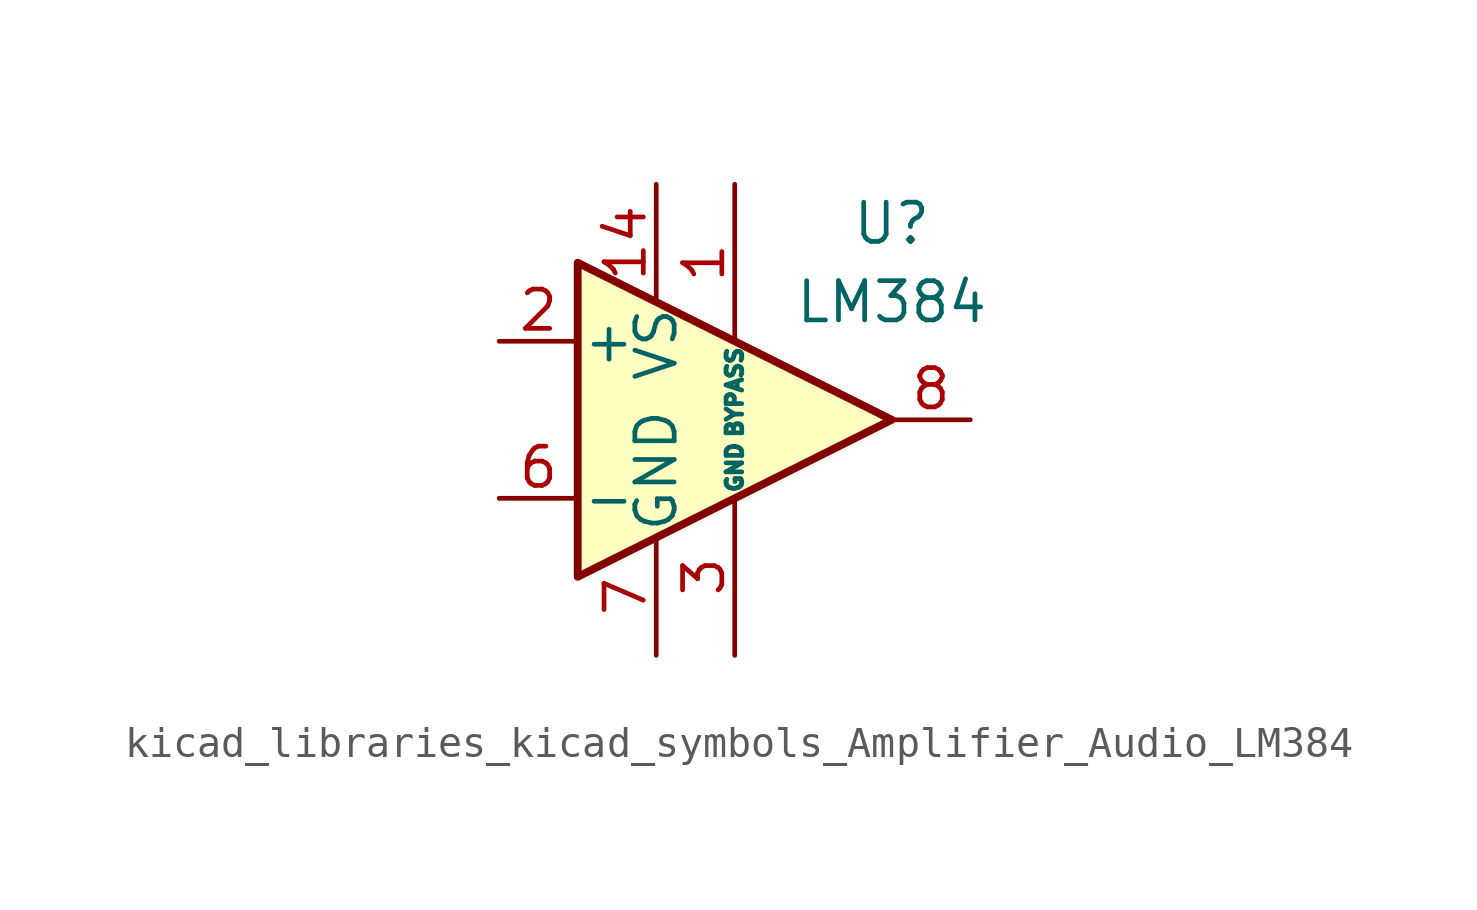
<source format=kicad_sym>
(kicad_symbol_lib
  (version 20220914)
  (generator kicad_symbol_editor)
  (symbol "kicad_libraries_kicad_symbols_Amplifier_Audio_LM384"
    (pin_names
      (offset 0.127))
    (property "Reference" "U"
      (at 5.08 6.35 0)
      (effects (font (size 1.27 1.27))))
    (property "Value" "LM384"
      (at 5.08 3.81 0)
      (effects (font (size 1.27 1.27))))
    (symbol "kicad_libraries_kicad_symbols_Amplifier_Audio_LM384_0_1"
      (polyline (pts (xy -5.08 5.08) (xy 5.08 0) (xy -5.08 -5.08) (xy -5.08 5.08)) (stroke (width 0.254) (type default)) (fill (type background))))
    (symbol "kicad_libraries_kicad_symbols_Amplifier_Audio_LM384_1_1"
      (pin passive line (at 0 7.62 270) (length 5.08) (name "BYPASS" (effects (font (size 0.508 0.508)))) (number "1" (effects (font (size 1.27 1.27)))))
      (pin passive line (at 0 -7.62 90) (length 5.08) hide (name "GND" (effects (font (size 0.508 0.508)))) (number "10" (effects (font (size 1.27 1.27)))))
      (pin passive line (at 0 -7.62 90) (length 5.08) hide (name "GND" (effects (font (size 0.508 0.508)))) (number "11" (effects (font (size 1.27 1.27)))))
      (pin passive line (at 0 -7.62 90) (length 5.08) hide (name "GND" (effects (font (size 0.508 0.508)))) (number "12" (effects (font (size 1.27 1.27)))))
      (pin no_connect line (at 0 2.54 270) (length 2.54) hide (name "NC" (effects (font (size 1.27 1.27)))) (number "13" (effects (font (size 1.27 1.27)))))
      (pin power_in line (at -2.54 7.62 270) (length 3.81) (name "VS" (effects (font (size 1.27 1.27)))) (number "14" (effects (font (size 1.27 1.27)))))
      (pin input line (at -7.62 2.54 0) (length 2.54) (name "+" (effects (font (size 1.27 1.27)))) (number "2" (effects (font (size 1.27 1.27)))))
      (pin power_in line (at 0 -7.62 90) (length 5.08) (name "GND" (effects (font (size 0.508 0.508)))) (number "3" (effects (font (size 1.27 1.27)))))
      (pin passive line (at 0 -7.62 90) (length 5.08) hide (name "GND" (effects (font (size 0.508 0.508)))) (number "4" (effects (font (size 1.27 1.27)))))
      (pin passive line (at 0 -7.62 90) (length 5.08) hide (name "GND" (effects (font (size 0.508 0.508)))) (number "5" (effects (font (size 1.27 1.27)))))
      (pin input line (at -7.62 -2.54 0) (length 2.54) (name "-" (effects (font (size 1.27 1.27)))) (number "6" (effects (font (size 1.27 1.27)))))
      (pin power_in line (at -2.54 -7.62 90) (length 3.81) (name "GND" (effects (font (size 1.27 1.27)))) (number "7" (effects (font (size 1.27 1.27)))))
      (pin output line (at 7.62 0 180) (length 2.54) (name "~" (effects (font (size 1.27 1.27)))) (number "8" (effects (font (size 1.27 1.27)))))
      (pin no_connect line (at -2.54 2.54 270) (length 2.54) hide (name "NC" (effects (font (size 1.27 1.27)))) (number "9" (effects (font (size 1.27 1.27))))))))
</source>
